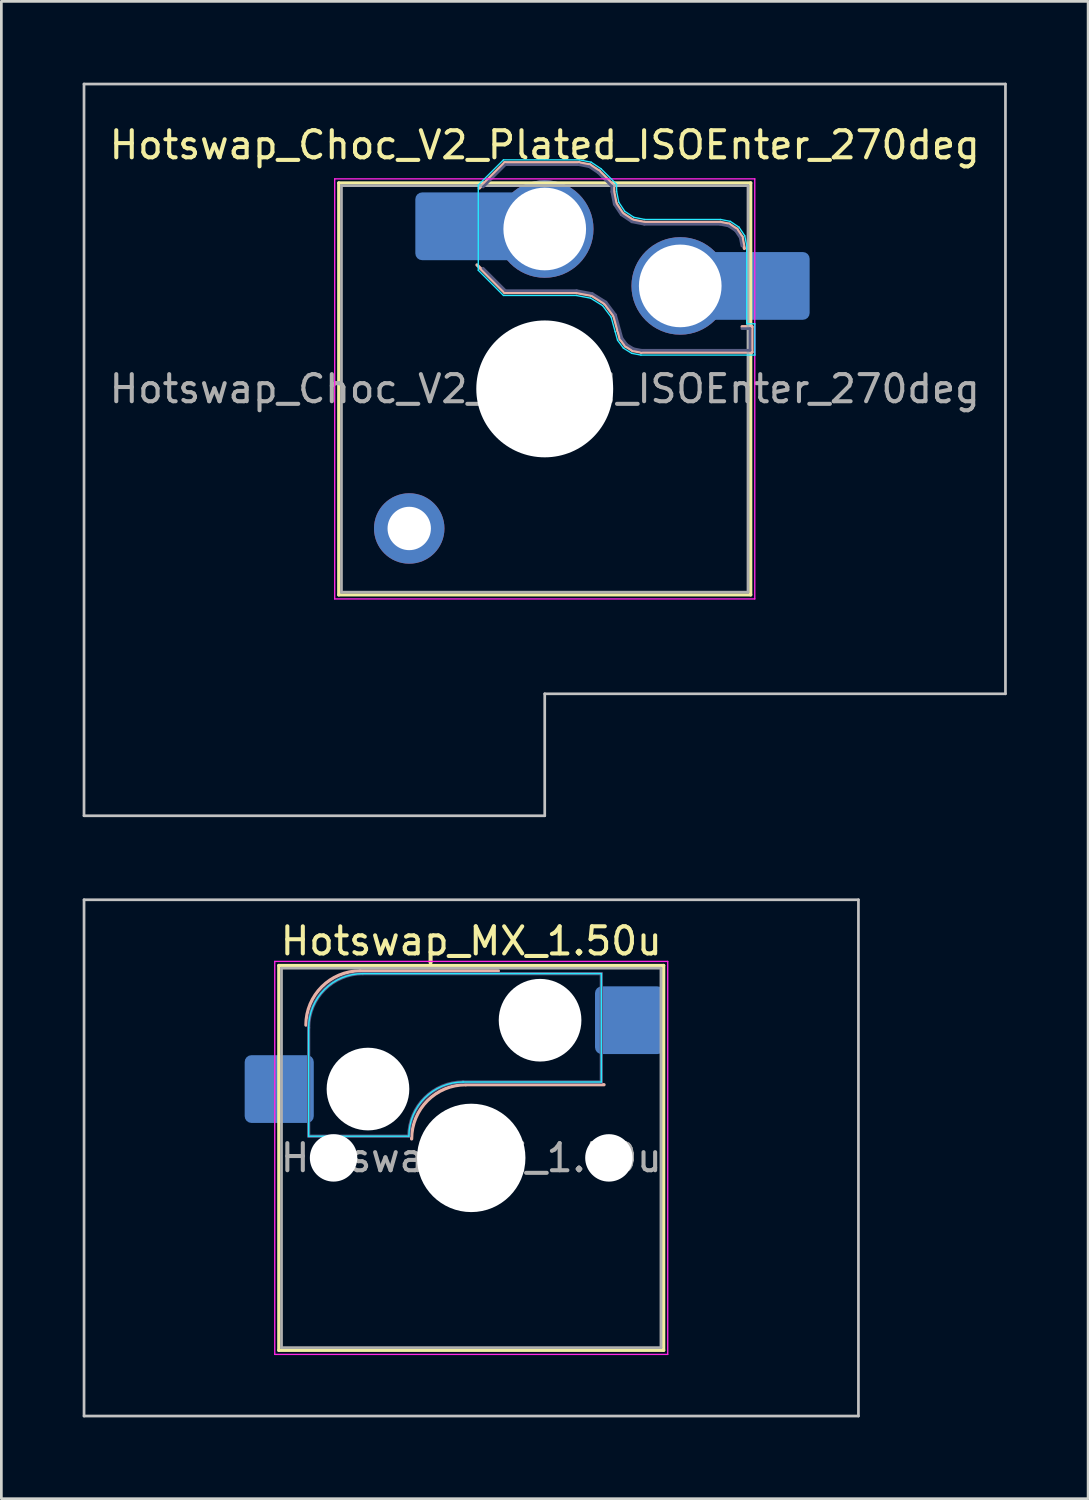
<source format=kicad_pcb>
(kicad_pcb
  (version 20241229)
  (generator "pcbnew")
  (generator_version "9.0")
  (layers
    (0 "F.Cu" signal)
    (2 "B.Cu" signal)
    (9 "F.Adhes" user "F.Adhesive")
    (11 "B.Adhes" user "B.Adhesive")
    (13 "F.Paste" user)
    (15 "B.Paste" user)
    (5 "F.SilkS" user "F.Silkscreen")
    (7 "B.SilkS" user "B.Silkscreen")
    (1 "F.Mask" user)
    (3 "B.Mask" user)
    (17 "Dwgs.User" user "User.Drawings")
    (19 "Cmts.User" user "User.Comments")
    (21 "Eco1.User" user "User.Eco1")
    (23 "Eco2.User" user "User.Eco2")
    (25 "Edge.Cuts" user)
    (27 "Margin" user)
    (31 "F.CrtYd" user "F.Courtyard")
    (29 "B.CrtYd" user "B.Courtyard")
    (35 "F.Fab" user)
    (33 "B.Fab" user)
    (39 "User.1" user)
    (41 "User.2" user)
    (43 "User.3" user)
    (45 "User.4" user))
  (footprint "Hotswap_MX_1.50u"
    (layer "F.Cu")
    (at 14.338 39.675)
    (property "Reference" "Hotswap_MX_1.50u" (at 0 -8 0) (layer "F.SilkS") (effects (font (size 1 1) (thickness 0.15))))
    (attr smd)
    (fp_line (start -7.1 -7.1) (end -7.1 7.1) (stroke (width 0.12) (type solid)) (layer "F.SilkS"))
    (fp_line (start -7.1 7.1) (end 7.1 7.1) (stroke (width 0.12) (type solid)) (layer "F.SilkS"))
    (fp_line (start 7.1 -7.1) (end -7.1 -7.1) (stroke (width 0.12) (type solid)) (layer "F.SilkS"))
    (fp_line (start 7.1 7.1) (end 7.1 -7.1) (stroke (width 0.12) (type solid)) (layer "F.SilkS"))
    (fp_line (start -4.1 -6.9) (end 1 -6.9) (stroke (width 0.12) (type solid)) (layer "B.SilkS"))
    (fp_line (start -0.2 -2.7) (end 4.9 -2.7) (stroke (width 0.12) (type solid)) (layer "B.SilkS"))
    (fp_arc (start -6.1 -4.9) (mid -5.514214 -6.314214) (end -4.1 -6.9) (stroke (width 0.12) (type solid)) (layer "B.SilkS"))
    (fp_arc (start -2.2 -0.7) (mid -1.614214 -2.114214) (end -0.2 -2.7) (stroke (width 0.12) (type solid)) (layer "B.SilkS"))
    (fp_line (start -14.287 -9.525) (end -14.287 9.525) (stroke (width 0.1) (type solid)) (layer "Dwgs.User"))
    (fp_line (start -14.287 9.525) (end 14.287 9.525) (stroke (width 0.1) (type solid)) (layer "Dwgs.User"))
    (fp_line (start 14.287 -9.525) (end -14.287 -9.525) (stroke (width 0.1) (type solid)) (layer "Dwgs.User"))
    (fp_line (start 14.287 9.525) (end 14.287 -9.525) (stroke (width 0.1) (type solid)) (layer "Dwgs.User"))
    (fp_line (start -7.8 -6) (end -7 -6) (stroke (width 0.1) (type solid)) (layer "Eco1.User"))
    (fp_line (start -7.8 -2.9) (end -7.8 -6) (stroke (width 0.1) (type solid)) (layer "Eco1.User"))
    (fp_line (start -7.8 2.9) (end -7 2.9) (stroke (width 0.1) (type solid)) (layer "Eco1.User"))
    (fp_line (start -7.8 6) (end -7.8 2.9) (stroke (width 0.1) (type solid)) (layer "Eco1.User"))
    (fp_line (start -7 -7) (end 7 -7) (stroke (width 0.1) (type solid)) (layer "Eco1.User"))
    (fp_line (start -7 -6) (end -7 -7) (stroke (width 0.1) (type solid)) (layer "Eco1.User"))
    (fp_line (start -7 -2.9) (end -7.8 -2.9) (stroke (width 0.1) (type solid)) (layer "Eco1.User"))
    (fp_line (start -7 2.9) (end -7 -2.9) (stroke (width 0.1) (type solid)) (layer "Eco1.User"))
    (fp_line (start -7 6) (end -7.8 6) (stroke (width 0.1) (type solid)) (layer "Eco1.User"))
    (fp_line (start -7 7) (end -7 6) (stroke (width 0.1) (type solid)) (layer "Eco1.User"))
    (fp_line (start 7 -7) (end 7 -6) (stroke (width 0.1) (type solid)) (layer "Eco1.User"))
    (fp_line (start 7 -6) (end 7.8 -6) (stroke (width 0.1) (type solid)) (layer "Eco1.User"))
    (fp_line (start 7 -2.9) (end 7 2.9) (stroke (width 0.1) (type solid)) (layer "Eco1.User"))
    (fp_line (start 7 2.9) (end 7.8 2.9) (stroke (width 0.1) (type solid)) (layer "Eco1.User"))
    (fp_line (start 7 6) (end 7 7) (stroke (width 0.1) (type solid)) (layer "Eco1.User"))
    (fp_line (start 7 7) (end -7 7) (stroke (width 0.1) (type solid)) (layer "Eco1.User"))
    (fp_line (start 7.8 -6) (end 7.8 -2.9) (stroke (width 0.1) (type solid)) (layer "Eco1.User"))
    (fp_line (start 7.8 -2.9) (end 7 -2.9) (stroke (width 0.1) (type solid)) (layer "Eco1.User"))
    (fp_line (start 7.8 2.9) (end 7.8 6) (stroke (width 0.1) (type solid)) (layer "Eco1.User"))
    (fp_line (start 7.8 6) (end 7 6) (stroke (width 0.1) (type solid)) (layer "Eco1.User"))
    (fp_line (start -6 -0.8) (end -6 -4.8) (stroke (width 0.05) (type solid)) (layer "B.CrtYd"))
    (fp_line (start -6 -0.8) (end -2.3 -0.8) (stroke (width 0.05) (type solid)) (layer "B.CrtYd"))
    (fp_line (start -4 -6.8) (end 4.8 -6.8) (stroke (width 0.05) (type solid)) (layer "B.CrtYd"))
    (fp_line (start -0.3 -2.8) (end 4.8 -2.8) (stroke (width 0.05) (type solid)) (layer "B.CrtYd"))
    (fp_line (start 4.8 -6.8) (end 4.8 -2.8) (stroke (width 0.05) (type solid)) (layer "B.CrtYd"))
    (fp_arc (start -6 -4.8) (mid -5.414214 -6.214214) (end -4 -6.8) (stroke (width 0.05) (type solid)) (layer "B.CrtYd"))
    (fp_arc (start -2.3 -0.8) (mid -1.714214 -2.214214) (end -0.3 -2.8) (stroke (width 0.05) (type solid)) (layer "B.CrtYd"))
    (fp_line (start -7.25 -7.25) (end -7.25 7.25) (stroke (width 0.05) (type solid)) (layer "F.CrtYd"))
    (fp_line (start -7.25 7.25) (end 7.25 7.25) (stroke (width 0.05) (type solid)) (layer "F.CrtYd"))
    (fp_line (start 7.25 -7.25) (end -7.25 -7.25) (stroke (width 0.05) (type solid)) (layer "F.CrtYd"))
    (fp_line (start 7.25 7.25) (end 7.25 -7.25) (stroke (width 0.05) (type solid)) (layer "F.CrtYd"))
    (fp_line (start -6 -0.8) (end -6 -4.8) (stroke (width 0.12) (type solid)) (layer "B.Fab"))
    (fp_line (start -6 -0.8) (end -2.3 -0.8) (stroke (width 0.12) (type solid)) (layer "B.Fab"))
    (fp_line (start -4 -6.8) (end 4.8 -6.8) (stroke (width 0.12) (type solid)) (layer "B.Fab"))
    (fp_line (start -0.3 -2.8) (end 4.8 -2.8) (stroke (width 0.12) (type solid)) (layer "B.Fab"))
    (fp_line (start 4.8 -6.8) (end 4.8 -2.8) (stroke (width 0.12) (type solid)) (layer "B.Fab"))
    (fp_arc (start -6 -4.8) (mid -5.414214 -6.214214) (end -4 -6.8) (stroke (width 0.12) (type solid)) (layer "B.Fab"))
    (fp_arc (start -2.3 -0.8) (mid -1.714214 -2.214214) (end -0.3 -2.8) (stroke (width 0.12) (type solid)) (layer "B.Fab"))
    (fp_line (start -7 -7) (end -7 7) (stroke (width 0.1) (type solid)) (layer "F.Fab"))
    (fp_line (start -7 7) (end 7 7) (stroke (width 0.1) (type solid)) (layer "F.Fab"))
    (fp_line (start 7 -7) (end -7 -7) (stroke (width 0.1) (type solid)) (layer "F.Fab"))
    (fp_line (start 7 7) (end 7 -7) (stroke (width 0.1) (type solid)) (layer "F.Fab"))
    (fp_text user "${REFERENCE}" (at 0 0 0) (layer "F.Fab") (effects (font (size 1 1) (thickness 0.15))))
    (pad "" np_thru_hole circle (at -5.08 0) (size 1.75 1.75) (drill 1.75) (layers "*.Cu" "*.Mask"))
    (pad "" np_thru_hole circle (at -3.81 -2.54) (size 3.05 3.05) (drill 3.05) (layers "*.Cu" "*.Mask"))
    (pad "" np_thru_hole circle (at 0 0) (size 4 4) (drill 4) (layers "*.Cu" "*.Mask"))
    (pad "" np_thru_hole circle (at 2.54 -5.08) (size 3.05 3.05) (drill 3.05) (layers "*.Cu" "*.Mask"))
    (pad "" np_thru_hole circle (at 5.08 0) (size 1.75 1.75) (drill 1.75) (layers "*.Cu" "*.Mask"))
    (pad "1" smd roundrect (at -7.085 -2.54) (size 2.55 2.5) (layers "B.Cu" "B.Mask" "B.Paste") (roundrect_rratio 0.1))
    (pad "2" smd roundrect (at 5.842 -5.08) (size 2.55 2.5) (layers "B.Cu" "B.Mask" "B.Paste") (roundrect_rratio 0.1)))
  (footprint "Hotswap_Choc_V2_Plated_ISOEnter_270deg"
    (layer "F.Cu")
    (at 17.05 11.3)
    (property "Reference" "Hotswap_Choc_V2_Plated_ISOEnter_270deg" (at 0 -9 0) (layer "F.SilkS") (effects (font (size 1 1) (thickness 0.15))))
    (attr smd allow_soldermask_bridges)
    (fp_line (start -7.6 -7.6) (end -7.6 7.6) (stroke (width 0.12) (type solid)) (layer "F.SilkS"))
    (fp_line (start -7.6 7.6) (end 7.6 7.6) (stroke (width 0.12) (type solid)) (layer "F.SilkS"))
    (fp_line (start 7.6 -7.6) (end -7.6 -7.6) (stroke (width 0.12) (type solid)) (layer "F.SilkS"))
    (fp_line (start 7.6 7.6) (end 7.6 -7.6) (stroke (width 0.12) (type solid)) (layer "F.SilkS"))
    (fp_line (start -2.416 -7.409) (end -1.479 -8.346) (stroke (width 0.12) (type solid)) (layer "B.SilkS"))
    (fp_line (start -1.479 -8.346) (end 1.268 -8.346) (stroke (width 0.12) (type solid)) (layer "B.SilkS"))
    (fp_line (start -1.479 -3.554) (end -2.5 -4.575) (stroke (width 0.12) (type solid)) (layer "B.SilkS"))
    (fp_line (start 1.168 -3.554) (end -1.479 -3.554) (stroke (width 0.12) (type solid)) (layer "B.SilkS"))
    (fp_line (start 1.268 -8.346) (end 1.671 -8.266) (stroke (width 0.12) (type solid)) (layer "B.SilkS"))
    (fp_line (start 1.671 -8.266) (end 2.013 -8.037) (stroke (width 0.12) (type solid)) (layer "B.SilkS"))
    (fp_line (start 1.73 -3.449) (end 1.168 -3.554) (stroke (width 0.12) (type solid)) (layer "B.SilkS"))
    (fp_line (start 2.013 -8.037) (end 2.546 -7.504) (stroke (width 0.12) (type solid)) (layer "B.SilkS"))
    (fp_line (start 2.209 -3.15) (end 1.73 -3.449) (stroke (width 0.12) (type solid)) (layer "B.SilkS"))
    (fp_line (start 2.546 -7.504) (end 2.546 -7.282) (stroke (width 0.12) (type solid)) (layer "B.SilkS"))
    (fp_line (start 2.546 -7.282) (end 2.633 -6.844) (stroke (width 0.12) (type solid)) (layer "B.SilkS"))
    (fp_line (start 2.547 -2.697) (end 2.209 -3.15) (stroke (width 0.12) (type solid)) (layer "B.SilkS"))
    (fp_line (start 2.633 -6.844) (end 2.877 -6.477) (stroke (width 0.12) (type solid)) (layer "B.SilkS"))
    (fp_line (start 2.701 -2.139) (end 2.547 -2.697) (stroke (width 0.12) (type solid)) (layer "B.SilkS"))
    (fp_line (start 2.783 -1.841) (end 2.701 -2.139) (stroke (width 0.12) (type solid)) (layer "B.SilkS"))
    (fp_line (start 2.877 -6.477) (end 3.244 -6.233) (stroke (width 0.12) (type solid)) (layer "B.SilkS"))
    (fp_line (start 2.976 -1.583) (end 2.783 -1.841) (stroke (width 0.12) (type solid)) (layer "B.SilkS"))
    (fp_line (start 3.244 -6.233) (end 3.682 -6.146) (stroke (width 0.12) (type solid)) (layer "B.SilkS"))
    (fp_line (start 3.25 -1.413) (end 2.976 -1.583) (stroke (width 0.12) (type solid)) (layer "B.SilkS"))
    (fp_line (start 3.56 -1.354) (end 3.25 -1.413) (stroke (width 0.12) (type solid)) (layer "B.SilkS"))
    (fp_line (start 3.682 -6.146) (end 6.482 -6.146) (stroke (width 0.12) (type solid)) (layer "B.SilkS"))
    (fp_line (start 6.482 -6.146) (end 6.809 -6.081) (stroke (width 0.12) (type solid)) (layer "B.SilkS"))
    (fp_line (start 6.809 -6.081) (end 7.092 -5.892) (stroke (width 0.12) (type solid)) (layer "B.SilkS"))
    (fp_line (start 7.092 -5.892) (end 7.281 -5.609) (stroke (width 0.12) (type solid)) (layer "B.SilkS"))
    (fp_line (start 7.281 -5.609) (end 7.366 -5.182) (stroke (width 0.12) (type solid)) (layer "B.SilkS"))
    (fp_line (start 7.283 -2.296) (end 7.646 -2.296) (stroke (width 0.12) (type solid)) (layer "B.SilkS"))
    (fp_line (start 7.646 -2.296) (end 7.646 -1.354) (stroke (width 0.12) (type solid)) (layer "B.SilkS"))
    (fp_line (start 7.646 -1.354) (end 3.56 -1.354) (stroke (width 0.12) (type solid)) (layer "B.SilkS"))
    (fp_line (start -17 -11.25) (end -17 15.75) (stroke (width 0.1) (type solid)) (layer "Dwgs.User"))
    (fp_line (start -17 15.75) (end 0 15.75) (stroke (width 0.1) (type solid)) (layer "Dwgs.User"))
    (fp_line (start 0 11.25) (end 17 11.25) (stroke (width 0.1) (type solid)) (layer "Dwgs.User"))
    (fp_line (start 0 15.75) (end 0 11.25) (stroke (width 0.1) (type solid)) (layer "Dwgs.User"))
    (fp_line (start 17 -11.25) (end -17 -11.25) (stroke (width 0.1) (type solid)) (layer "Dwgs.User"))
    (fp_line (start 17 11.25) (end 17 -11.25) (stroke (width 0.1) (type solid)) (layer "Dwgs.User"))
    (fp_line (start -7.25 -7.25) (end -7.25 7.25) (stroke (width 0.1) (type solid)) (layer "Eco1.User"))
    (fp_line (start -7.25 7.25) (end 7.25 7.25) (stroke (width 0.1) (type solid)) (layer "Eco1.User"))
    (fp_line (start 7.25 -7.25) (end -7.25 -7.25) (stroke (width 0.1) (type solid)) (layer "Eco1.User"))
    (fp_line (start 7.25 7.25) (end 7.25 -7.25) (stroke (width 0.1) (type solid)) (layer "Eco1.User"))
    (fp_line (start -2.452 -7.523) (end -1.523 -8.452) (stroke (width 0.05) (type solid)) (layer "B.CrtYd"))
    (fp_line (start -2.452 -4.377) (end -2.452 -7.523) (stroke (width 0.05) (type solid)) (layer "B.CrtYd"))
    (fp_line (start -1.523 -8.452) (end 1.278 -8.452) (stroke (width 0.05) (type solid)) (layer "B.CrtYd"))
    (fp_line (start -1.523 -3.448) (end -2.452 -4.377) (stroke (width 0.05) (type solid)) (layer "B.CrtYd"))
    (fp_line (start 1.159 -3.448) (end -1.523 -3.448) (stroke (width 0.05) (type solid)) (layer "B.CrtYd"))
    (fp_line (start 1.278 -8.452) (end 1.712 -8.366) (stroke (width 0.05) (type solid)) (layer "B.CrtYd"))
    (fp_line (start 1.691 -3.348) (end 1.159 -3.448) (stroke (width 0.05) (type solid)) (layer "B.CrtYd"))
    (fp_line (start 1.712 -8.366) (end 2.081 -8.119) (stroke (width 0.05) (type solid)) (layer "B.CrtYd"))
    (fp_line (start 2.081 -8.119) (end 2.652 -7.548) (stroke (width 0.05) (type solid)) (layer "B.CrtYd"))
    (fp_line (start 2.136 -3.071) (end 1.691 -3.348) (stroke (width 0.05) (type solid)) (layer "B.CrtYd"))
    (fp_line (start 2.45 -2.65) (end 2.136 -3.071) (stroke (width 0.05) (type solid)) (layer "B.CrtYd"))
    (fp_line (start 2.599 -2.111) (end 2.45 -2.65) (stroke (width 0.05) (type solid)) (layer "B.CrtYd"))
    (fp_line (start 2.652 -7.548) (end 2.652 -7.292) (stroke (width 0.05) (type solid)) (layer "B.CrtYd"))
    (fp_line (start 2.652 -7.292) (end 2.733 -6.885) (stroke (width 0.05) (type solid)) (layer "B.CrtYd"))
    (fp_line (start 2.687 -1.794) (end 2.599 -2.111) (stroke (width 0.05) (type solid)) (layer "B.CrtYd"))
    (fp_line (start 2.733 -6.885) (end 2.953 -6.553) (stroke (width 0.05) (type solid)) (layer "B.CrtYd"))
    (fp_line (start 2.903 -1.503) (end 2.687 -1.794) (stroke (width 0.05) (type solid)) (layer "B.CrtYd"))
    (fp_line (start 2.953 -6.553) (end 3.285 -6.333) (stroke (width 0.05) (type solid)) (layer "B.CrtYd"))
    (fp_line (start 3.211 -1.312) (end 2.903 -1.503) (stroke (width 0.05) (type solid)) (layer "B.CrtYd"))
    (fp_line (start 3.285 -6.333) (end 3.692 -6.252) (stroke (width 0.05) (type solid)) (layer "B.CrtYd"))
    (fp_line (start 3.55 -1.248) (end 3.211 -1.312) (stroke (width 0.05) (type solid)) (layer "B.CrtYd"))
    (fp_line (start 3.692 -6.252) (end 6.492 -6.252) (stroke (width 0.05) (type solid)) (layer "B.CrtYd"))
    (fp_line (start 6.492 -6.252) (end 6.85 -6.181) (stroke (width 0.05) (type solid)) (layer "B.CrtYd"))
    (fp_line (start 6.85 -6.181) (end 7.168 -5.968) (stroke (width 0.05) (type solid)) (layer "B.CrtYd"))
    (fp_line (start 7.168 -5.968) (end 7.381 -5.65) (stroke (width 0.05) (type solid)) (layer "B.CrtYd"))
    (fp_line (start 7.381 -5.65) (end 7.452 -5.292) (stroke (width 0.05) (type solid)) (layer "B.CrtYd"))
    (fp_line (start 7.452 -5.292) (end 7.452 -2.402) (stroke (width 0.05) (type solid)) (layer "B.CrtYd"))
    (fp_line (start 7.452 -2.402) (end 7.752 -2.402) (stroke (width 0.05) (type solid)) (layer "B.CrtYd"))
    (fp_line (start 7.752 -2.402) (end 7.752 -1.248) (stroke (width 0.05) (type solid)) (layer "B.CrtYd"))
    (fp_line (start 7.752 -1.248) (end 3.55 -1.248) (stroke (width 0.05) (type solid)) (layer "B.CrtYd"))
    (fp_line (start -7.75 -7.75) (end -7.75 7.75) (stroke (width 0.05) (type solid)) (layer "F.CrtYd"))
    (fp_line (start -7.75 7.75) (end 7.75 7.75) (stroke (width 0.05) (type solid)) (layer "F.CrtYd"))
    (fp_line (start 7.75 -7.75) (end -7.75 -7.75) (stroke (width 0.05) (type solid)) (layer "F.CrtYd"))
    (fp_line (start 7.75 7.75) (end 7.75 -7.75) (stroke (width 0.05) (type solid)) (layer "F.CrtYd"))
    (fp_line (start -2.275 -7.45) (end -1.45 -8.275) (stroke (width 0.1) (type solid)) (layer "B.Fab"))
    (fp_line (start -1.45 -8.275) (end 1.261 -8.275) (stroke (width 0.1) (type solid)) (layer "B.Fab"))
    (fp_line (start -1.45 -3.625) (end -2.275 -4.45) (stroke (width 0.1) (type solid)) (layer "B.Fab"))
    (fp_line (start 1.175 -3.625) (end -1.45 -3.625) (stroke (width 0.1) (type solid)) (layer "B.Fab"))
    (fp_line (start 1.261 -8.275) (end 1.643 -8.199) (stroke (width 0.1) (type solid)) (layer "B.Fab"))
    (fp_line (start 1.643 -8.199) (end 1.968 -7.982) (stroke (width 0.1) (type solid)) (layer "B.Fab"))
    (fp_line (start 1.756 -3.516) (end 1.175 -3.625) (stroke (width 0.1) (type solid)) (layer "B.Fab"))
    (fp_line (start 1.968 -7.982) (end 2.475 -7.475) (stroke (width 0.1) (type solid)) (layer "B.Fab"))
    (fp_line (start 2.258 -3.203) (end 1.756 -3.516) (stroke (width 0.1) (type solid)) (layer "B.Fab"))
    (fp_line (start 2.475 -7.475) (end 2.475 -7.275) (stroke (width 0.1) (type solid)) (layer "B.Fab"))
    (fp_line (start 2.475 -7.275) (end 2.566 -6.816) (stroke (width 0.1) (type solid)) (layer "B.Fab"))
    (fp_line (start 2.566 -6.816) (end 2.826 -6.426) (stroke (width 0.1) (type solid)) (layer "B.Fab"))
    (fp_line (start 2.612 -2.729) (end 2.258 -3.203) (stroke (width 0.1) (type solid)) (layer "B.Fab"))
    (fp_line (start 2.769 -2.158) (end 2.612 -2.729) (stroke (width 0.1) (type solid)) (layer "B.Fab"))
    (fp_line (start 2.826 -6.426) (end 3.216 -6.166) (stroke (width 0.1) (type solid)) (layer "B.Fab"))
    (fp_line (start 2.848 -1.873) (end 2.769 -2.158) (stroke (width 0.1) (type solid)) (layer "B.Fab"))
    (fp_line (start 3.025 -1.636) (end 2.848 -1.873) (stroke (width 0.1) (type solid)) (layer "B.Fab"))
    (fp_line (start 3.216 -6.166) (end 3.675 -6.075) (stroke (width 0.1) (type solid)) (layer "B.Fab"))
    (fp_line (start 3.276 -1.48) (end 3.025 -1.636) (stroke (width 0.1) (type solid)) (layer "B.Fab"))
    (fp_line (start 3.567 -1.425) (end 3.276 -1.48) (stroke (width 0.1) (type solid)) (layer "B.Fab"))
    (fp_line (start 3.675 -6.075) (end 6.475 -6.075) (stroke (width 0.1) (type solid)) (layer "B.Fab"))
    (fp_line (start 6.475 -6.075) (end 6.781 -6.014) (stroke (width 0.1) (type solid)) (layer "B.Fab"))
    (fp_line (start 6.781 -6.014) (end 7.041 -5.841) (stroke (width 0.1) (type solid)) (layer "B.Fab"))
    (fp_line (start 7.041 -5.841) (end 7.214 -5.581) (stroke (width 0.1) (type solid)) (layer "B.Fab"))
    (fp_line (start 7.214 -5.581) (end 7.275 -5.275) (stroke (width 0.1) (type solid)) (layer "B.Fab"))
    (fp_line (start 7.275 -2.225) (end 7.575 -2.225) (stroke (width 0.1) (type solid)) (layer "B.Fab"))
    (fp_line (start 7.575 -2.225) (end 7.575 -1.425) (stroke (width 0.1) (type solid)) (layer "B.Fab"))
    (fp_line (start 7.575 -1.425) (end 3.567 -1.425) (stroke (width 0.1) (type solid)) (layer "B.Fab"))
    (fp_line (start -7.5 -7.5) (end -7.5 7.5) (stroke (width 0.1) (type solid)) (layer "F.Fab"))
    (fp_line (start -7.5 7.5) (end 7.5 7.5) (stroke (width 0.1) (type solid)) (layer "F.Fab"))
    (fp_line (start 7.5 -7.5) (end -7.5 -7.5) (stroke (width 0.1) (type solid)) (layer "F.Fab"))
    (fp_line (start 7.5 7.5) (end 7.5 -7.5) (stroke (width 0.1) (type solid)) (layer "F.Fab"))
    (fp_text user "${REFERENCE}" (at 0 0 0) (layer "F.Fab") (effects (font (size 1 1) (thickness 0.15))))
    (pad "" thru_hole circle (at -5 5.15) (size 2.6 2.6) (drill 1.6) (layers "*.Cu" "*.Mask"))
    (pad "" smd roundrect (at -3.5 -6) (size 2.55 2.5) (layers "B.Mask" "B.Paste") (roundrect_rratio 0.1))
    (pad "" np_thru_hole circle (at 0 0) (size 5.05 5.05) (drill 5.05) (layers "*.Cu" "*.Mask"))
    (pad "" smd roundrect (at 8.5 -3.8) (size 2.55 2.5) (layers "B.Mask" "B.Paste") (roundrect_rratio 0.1))
    (pad "1" smd roundrect (at -2.85 -6) (size 3.85 2.5) (layers "B.Cu") (roundrect_rratio 0.1))
    (pad "1" thru_hole circle (at 0 -5.9) (size 3.6 3.6) (drill 3.05) (layers "*.Cu" "*.Mask"))
    (pad "2" thru_hole circle (at 5 -3.8) (size 3.6 3.6) (drill 3.05) (layers "*.Cu" "*.Mask"))
    (pad "2" smd roundrect (at 7.85 -3.8) (size 3.85 2.5) (layers "B.Cu") (roundrect_rratio 0.1)))
  (gr_rect
    (start -3 -3)
    (end 37.1 52.25)
    (stroke (width 0.1) (type default))
    (fill no)
    (layer "Edge.Cuts")))
</source>
